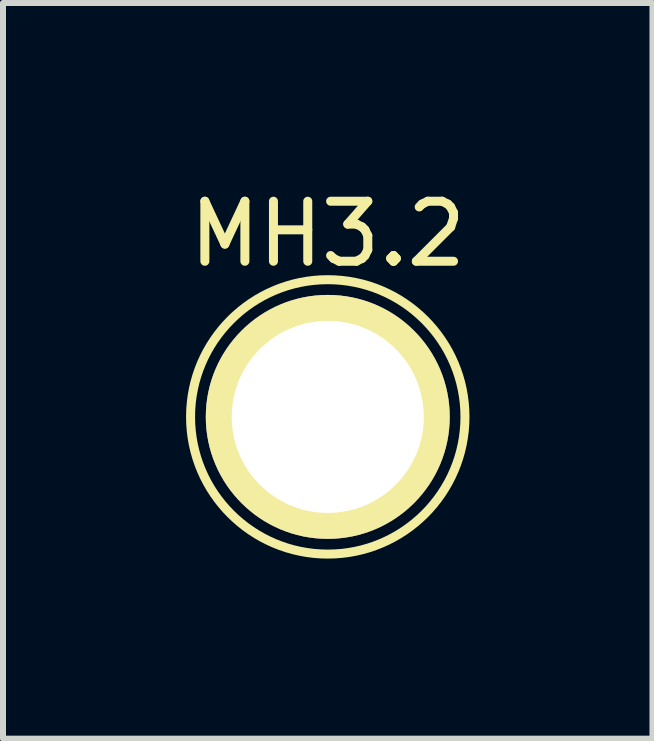
<source format=kicad_pcb>
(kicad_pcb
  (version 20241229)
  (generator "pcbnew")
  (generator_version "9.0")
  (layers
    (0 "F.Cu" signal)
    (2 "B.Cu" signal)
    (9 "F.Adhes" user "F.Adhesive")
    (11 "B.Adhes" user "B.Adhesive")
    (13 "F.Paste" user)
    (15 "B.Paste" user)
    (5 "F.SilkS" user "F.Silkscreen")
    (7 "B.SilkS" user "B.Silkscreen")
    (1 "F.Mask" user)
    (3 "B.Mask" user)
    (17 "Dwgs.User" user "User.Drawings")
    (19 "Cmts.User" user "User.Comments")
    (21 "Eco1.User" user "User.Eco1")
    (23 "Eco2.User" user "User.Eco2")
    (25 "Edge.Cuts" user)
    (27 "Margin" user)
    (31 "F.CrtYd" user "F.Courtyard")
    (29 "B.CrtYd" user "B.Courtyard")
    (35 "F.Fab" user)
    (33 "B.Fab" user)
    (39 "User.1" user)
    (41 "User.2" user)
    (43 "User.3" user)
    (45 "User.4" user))
  (footprint "MH3.2"
    (layer "F.Cu")
    (at 2.411 3.896)
    (property "Reference" "MH3.2" (at 0 -3.048 0) (layer "F.SilkS") (effects (font (size 1 1) (thickness 0.15))))
    (attr through_hole)
    (fp_circle (center 0 0) (end 0 -2.286) (stroke (width 0.15) (type solid)) (fill no) (layer "F.SilkS"))
    (pad "1" thru_hole circle (at 0 0) (size 4.064 4.064) (drill 3.2) (layers "*.Cu" "*.Mask" "F.SilkS")))
  (gr_rect
    (start -3 -3)
    (end 7.821 9.257)
    (stroke (width 0.1) (type default))
    (fill no)
    (layer "Edge.Cuts")))
</source>
